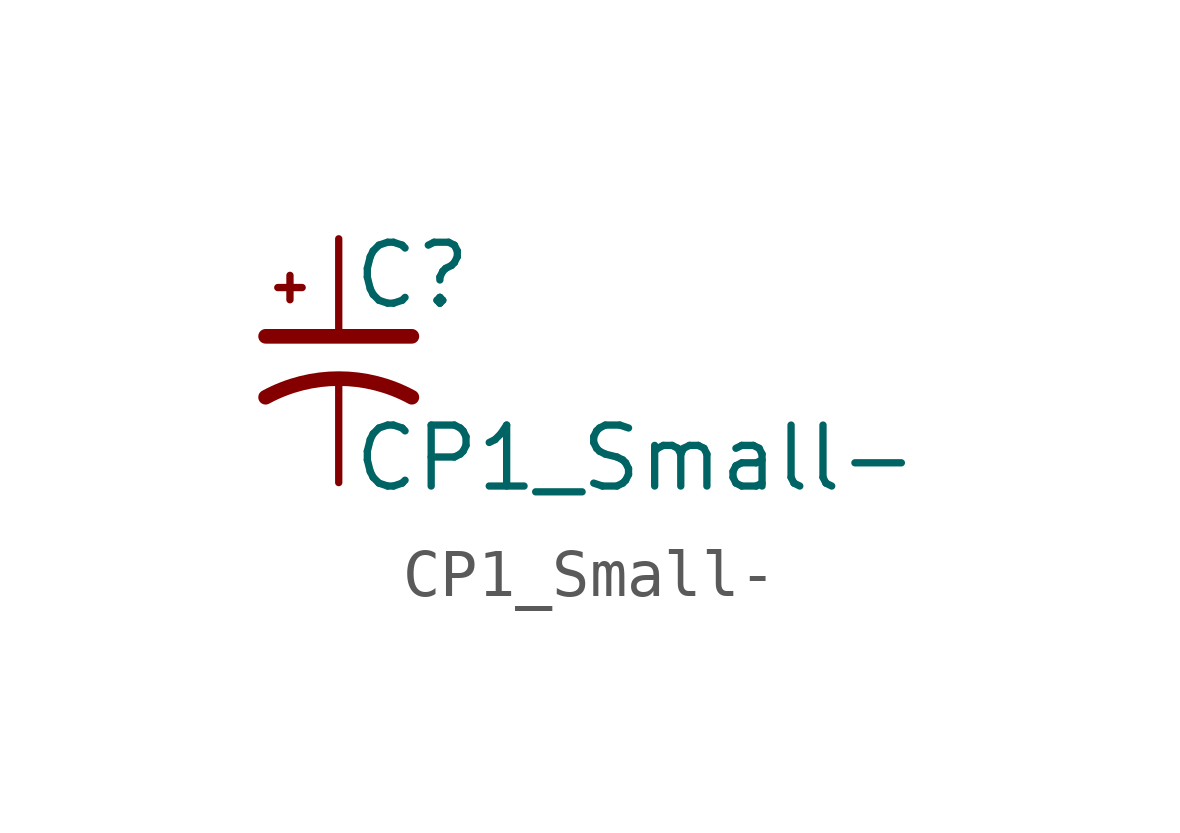
<source format=kicad_sym>
(kicad_symbol_lib
  (version 20231120)
  (generator "kicad_symbol_editor")
  (generator_version "8.0")
  (symbol "CP1_Small-"
    (pin_numbers hide)
    (pin_names
      (offset 0.254) hide)
    (property "Reference" "C"
      (at 0.254 1.778 0)
      (effects (font (size 1.27 1.27)) (justify left)))
    (property "Value" "CP1_Small-"
      (at 0.254 -2.032 0)
      (effects (font (size 1.27 1.27)) (justify left)))
    (symbol "CP1_Small-_0_1"
      (polyline (pts (xy -1.524 0.508) (xy 1.524 0.508)) (stroke (width 0.305) (type solid)) (fill (type none)))
      (polyline (pts (xy -1.27 1.524) (xy -0.762 1.524)) (stroke (width 0) (type solid)) (fill (type none)))
      (polyline (pts (xy -1.016 1.27) (xy -1.016 1.778)) (stroke (width 0) (type solid)) (fill (type none)))
      (arc (start 1.524 -0.762) (mid 0 -0.3734) (end -1.524 -0.762) (stroke (width 0.3048) (type solid)) (fill (type none))))
    (symbol "CP1_Small-_1_1"
      (pin passive line (at 0 2.54 270) (length 2.032) (name "~" (effects (font (size 1.27 1.27)))) (number "1" (effects (font (size 1.27 1.27)))))
      (pin passive line (at 0 -2.54 90) (length 2.032) (name "~" (effects (font (size 1.27 1.27)))) (number "2" (effects (font (size 1.27 1.27))))))))
</source>
